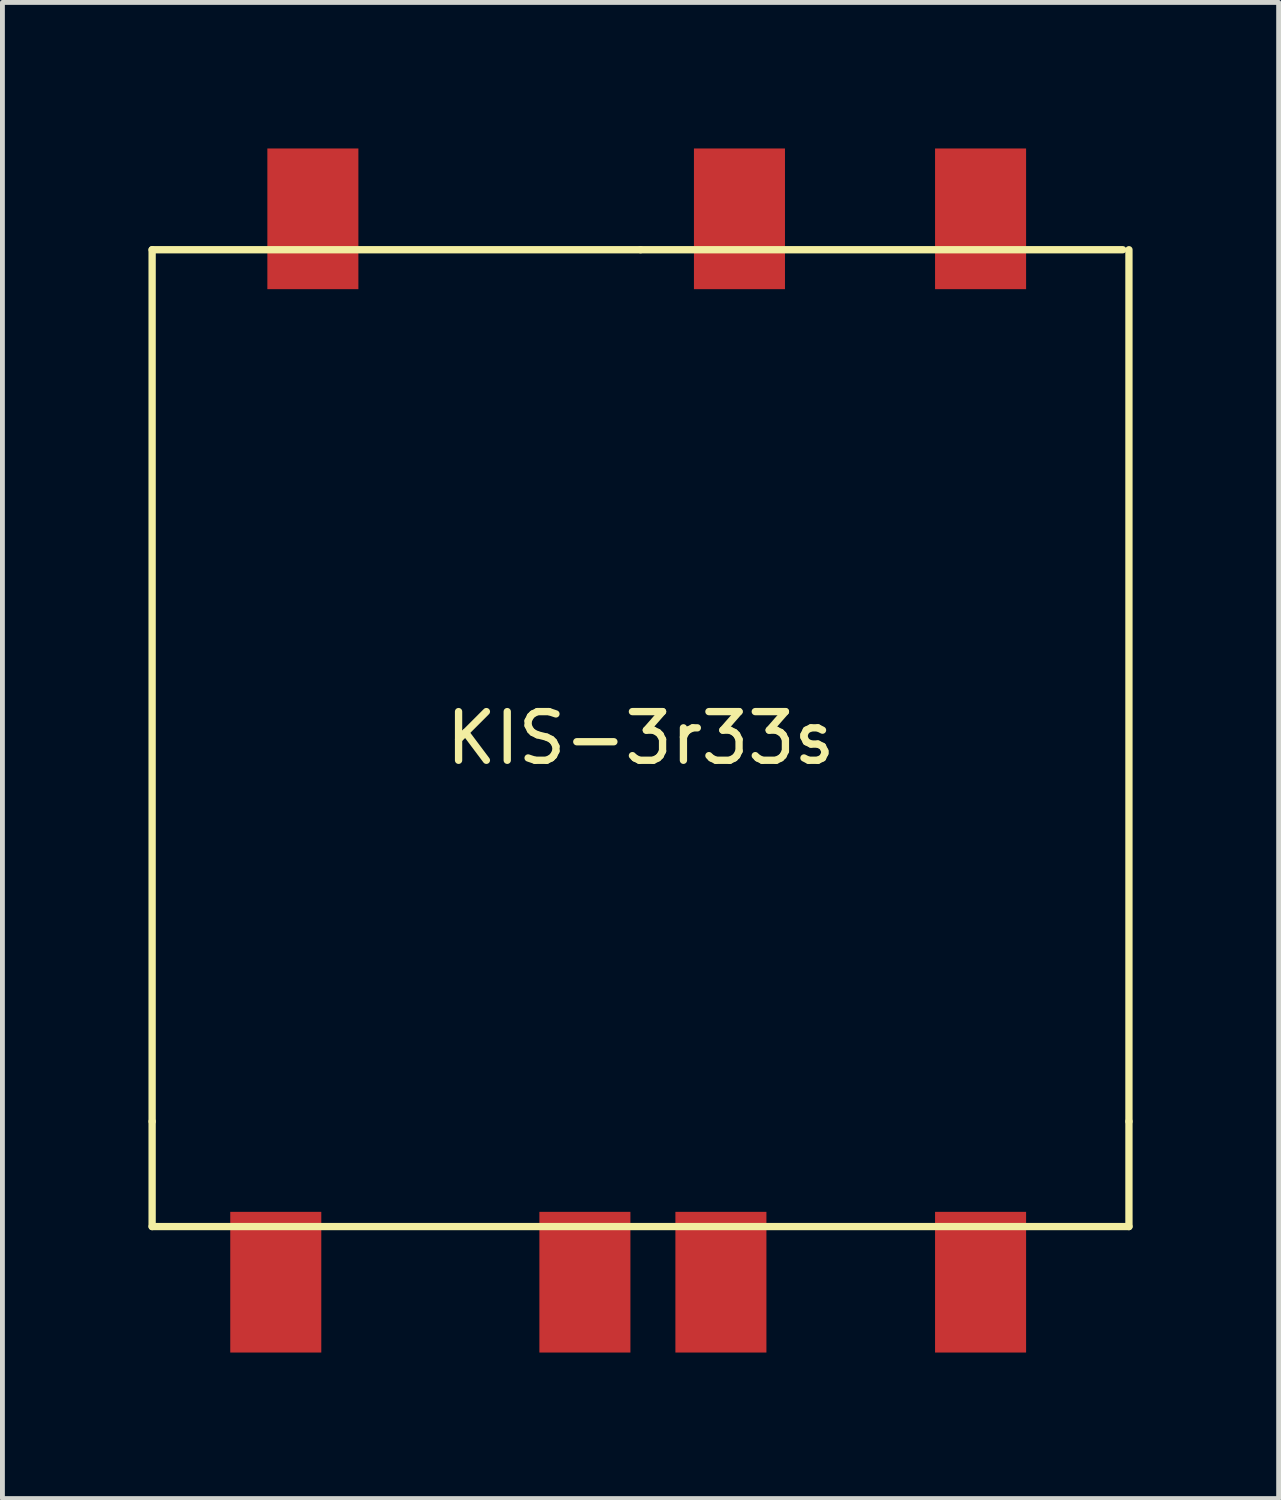
<source format=kicad_pcb>
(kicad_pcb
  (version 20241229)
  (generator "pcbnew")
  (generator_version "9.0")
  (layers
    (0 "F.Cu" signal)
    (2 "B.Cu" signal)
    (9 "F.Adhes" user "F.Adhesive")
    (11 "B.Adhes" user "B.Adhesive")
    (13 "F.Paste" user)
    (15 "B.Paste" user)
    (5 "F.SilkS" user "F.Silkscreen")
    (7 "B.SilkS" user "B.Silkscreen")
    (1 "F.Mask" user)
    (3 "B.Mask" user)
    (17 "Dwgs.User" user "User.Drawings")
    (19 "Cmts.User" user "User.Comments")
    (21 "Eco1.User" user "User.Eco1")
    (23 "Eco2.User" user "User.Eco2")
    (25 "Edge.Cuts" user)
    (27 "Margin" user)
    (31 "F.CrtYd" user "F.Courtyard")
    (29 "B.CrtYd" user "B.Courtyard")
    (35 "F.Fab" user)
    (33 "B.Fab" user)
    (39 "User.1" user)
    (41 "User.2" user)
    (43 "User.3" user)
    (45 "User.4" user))
  (footprint "KIS-3r33s"
    (layer "F.Cu")
    (at 10.108 12.113)
    (property "Reference" "KIS-3r33s" (at 0 0 0) (layer "F.SilkS") (effects (font (size 1 1) (thickness 0.15))))
    (attr through_hole)
    (fp_line (start -10.033 -10.033) (end -10.033 7.874) (stroke (width 0.15) (type solid)) (layer "F.SilkS"))
    (fp_line (start -10.033 7.874) (end -10.033 10.033) (stroke (width 0.15) (type solid)) (layer "F.SilkS"))
    (fp_line (start -10.033 10.033) (end 10.033 10.033) (stroke (width 0.15) (type solid)) (layer "F.SilkS"))
    (fp_line (start 0 -10.033) (end -10.033 -10.033) (stroke (width 0.15) (type solid)) (layer "F.SilkS"))
    (fp_line (start 9.906 -10.033) (end 0 -10.033) (stroke (width 0.15) (type solid)) (layer "F.SilkS"))
    (fp_line (start 10.033 7.874) (end 10.033 -10.033) (stroke (width 0.15) (type solid)) (layer "F.SilkS"))
    (fp_line (start 10.033 10.033) (end 10.033 7.874) (stroke (width 0.15) (type solid)) (layer "F.SilkS"))
    (pad "2" smd rect (at -7.493 11.176) (size 1.87 2.89) (layers "F.Cu" "F.Mask" "F.Paste"))
    (pad "3" smd rect (at -1.143 11.176) (size 1.87 2.89) (layers "F.Cu" "F.Mask" "F.Paste"))
    (pad "4" smd rect (at 1.651 11.176) (size 1.87 2.89) (layers "F.Cu" "F.Mask" "F.Paste"))
    (pad "5" smd rect (at 6.985 11.176) (size 1.87 2.89) (layers "F.Cu" "F.Mask" "F.Paste"))
    (pad "6" smd rect (at 6.985 -10.668) (size 1.87 2.89) (layers "F.Cu" "F.Mask" "F.Paste"))
    (pad "8" smd rect (at -6.731 -10.668) (size 1.87 2.89) (layers "F.Cu" "F.Mask" "F.Paste"))
    (pad "9" smd rect (at 2.032 -10.668) (size 1.87 2.89) (layers "F.Cu" "F.Mask" "F.Paste")))
  (gr_rect
    (start -3 -3)
    (end 23.216 27.734)
    (stroke (width 0.1) (type default))
    (fill no)
    (layer "Edge.Cuts")))
</source>
